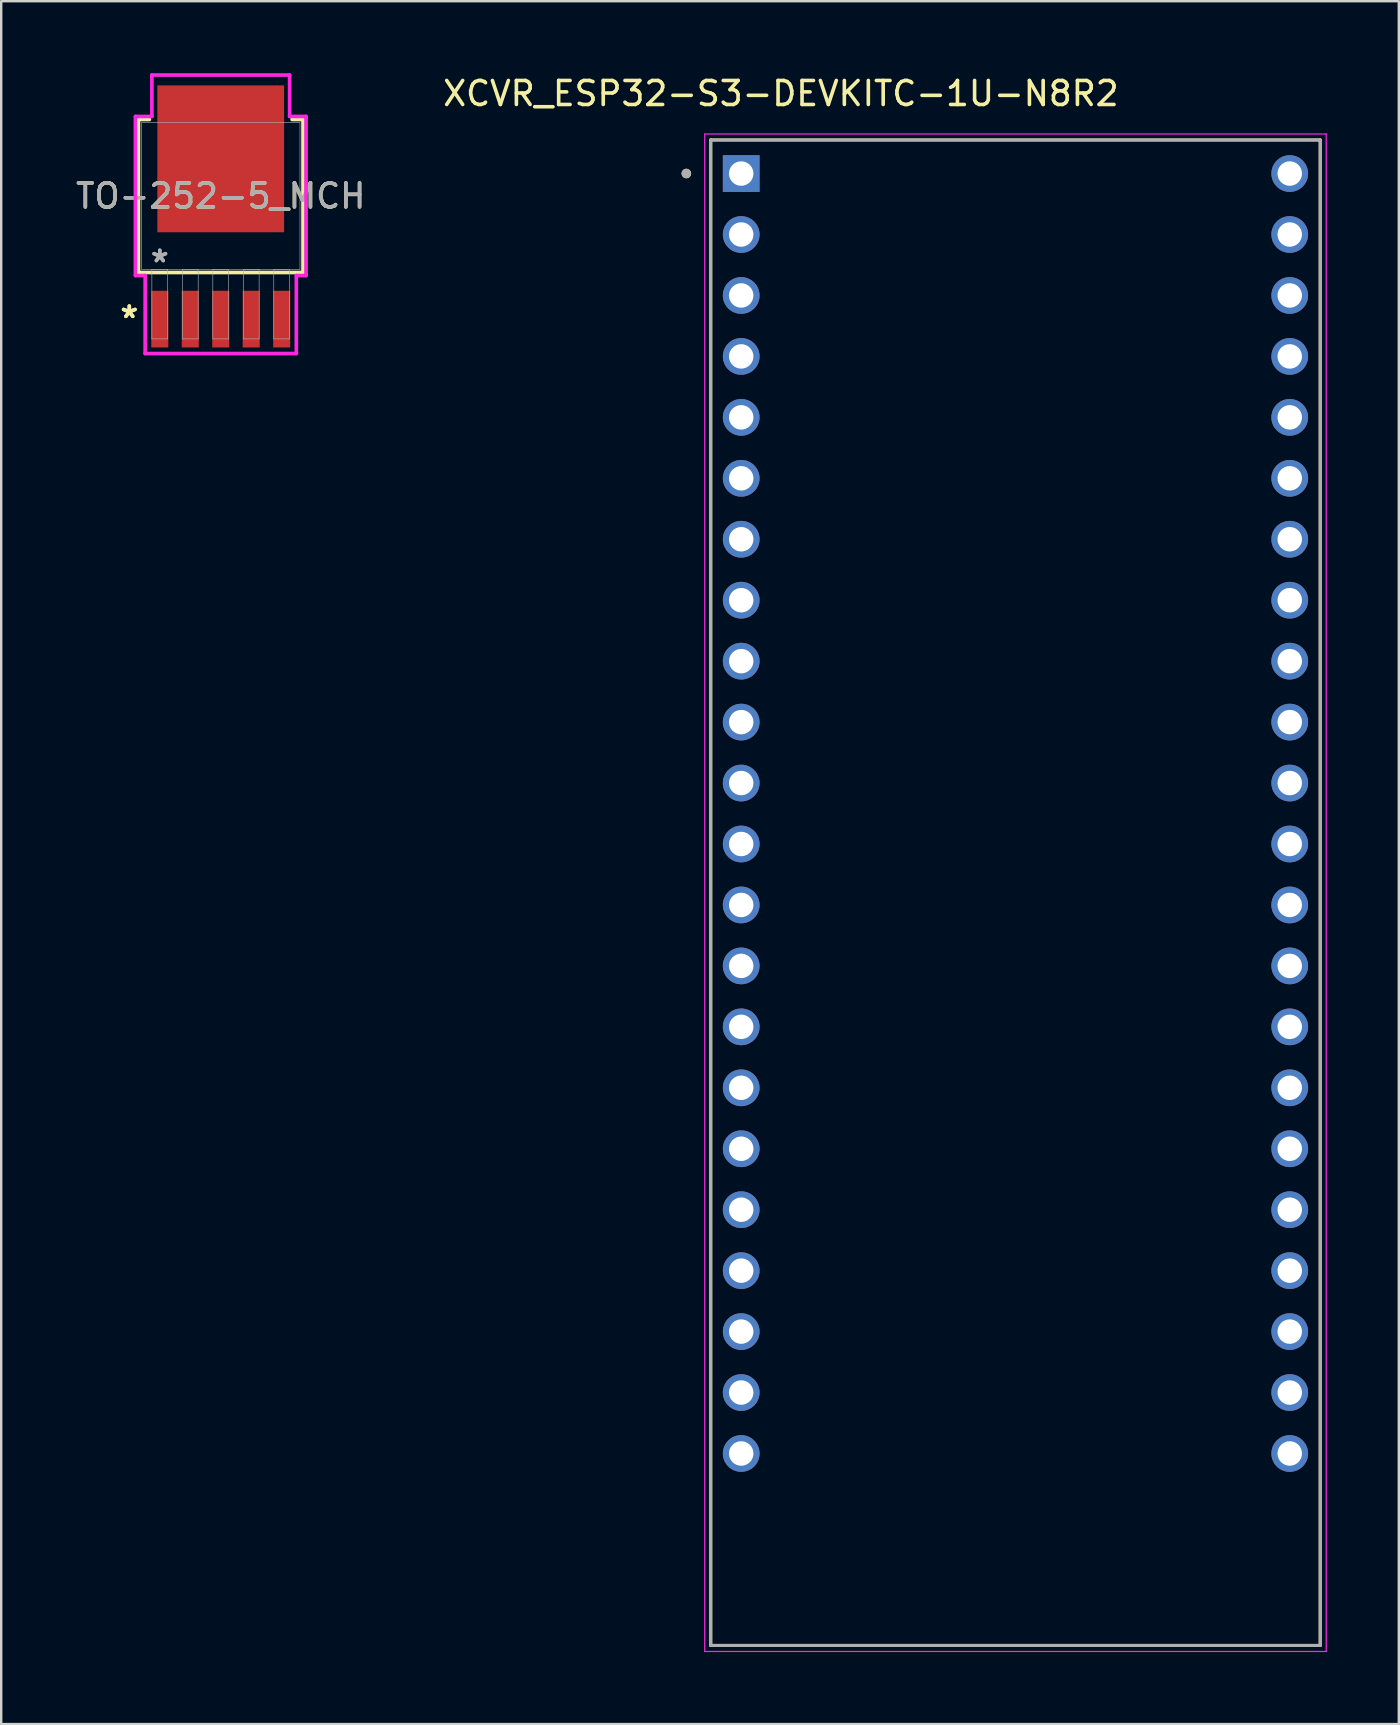
<source format=kicad_pcb>
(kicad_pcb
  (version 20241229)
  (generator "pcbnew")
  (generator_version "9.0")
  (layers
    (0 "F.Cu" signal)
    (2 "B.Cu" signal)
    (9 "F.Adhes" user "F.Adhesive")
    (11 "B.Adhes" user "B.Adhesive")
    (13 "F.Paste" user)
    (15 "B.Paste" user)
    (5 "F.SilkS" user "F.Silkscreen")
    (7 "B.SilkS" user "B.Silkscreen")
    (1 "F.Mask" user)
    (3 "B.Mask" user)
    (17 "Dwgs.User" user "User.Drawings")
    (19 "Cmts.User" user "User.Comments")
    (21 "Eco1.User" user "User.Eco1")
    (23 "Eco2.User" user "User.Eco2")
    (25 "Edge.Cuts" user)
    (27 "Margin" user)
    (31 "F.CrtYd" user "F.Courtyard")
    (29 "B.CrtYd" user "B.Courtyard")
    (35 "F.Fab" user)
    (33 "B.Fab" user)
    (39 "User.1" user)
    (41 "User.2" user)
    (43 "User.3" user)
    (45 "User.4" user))
  (footprint "XCVR_ESP32-S3-DEVKITC-1U-N8R2"
    (layer "F.Cu")
    (at 39.269 34.153)
    (property "Reference" "XCVR_ESP32-S3-DEVKITC-1U-N8R2" (at -9.775 -33.305 0) (layer "F.SilkS") (effects (font (size 1 1) (thickness 0.15))))
    (attr through_hole)
    (fp_line (start -12.7 -31.37) (end 12.7 -31.37) (stroke (width 0.127) (type solid)) (layer "F.SilkS"))
    (fp_line (start -12.7 31.37) (end -12.7 -31.37) (stroke (width 0.127) (type solid)) (layer "F.SilkS"))
    (fp_line (start 12.7 -31.37) (end 12.7 31.37) (stroke (width 0.127) (type solid)) (layer "F.SilkS"))
    (fp_line (start 12.7 31.37) (end -12.7 31.37) (stroke (width 0.127) (type solid)) (layer "F.SilkS"))
    (fp_circle (center -13.716 -29.972) (end -13.616 -29.972) (stroke (width 0.2) (type solid)) (fill no) (layer "F.SilkS"))
    (fp_line (start -12.95 -31.62) (end -12.95 31.62) (stroke (width 0.05) (type solid)) (layer "F.CrtYd"))
    (fp_line (start -12.95 -31.62) (end 12.95 -31.62) (stroke (width 0.05) (type solid)) (layer "F.CrtYd"))
    (fp_line (start -12.95 31.62) (end 12.95 31.62) (stroke (width 0.05) (type solid)) (layer "F.CrtYd"))
    (fp_line (start 12.95 31.62) (end 12.95 -31.62) (stroke (width 0.05) (type solid)) (layer "F.CrtYd"))
    (fp_line (start -12.7 -31.37) (end 12.7 -31.37) (stroke (width 0.127) (type solid)) (layer "F.Fab"))
    (fp_line (start -12.7 31.37) (end -12.7 -31.37) (stroke (width 0.127) (type solid)) (layer "F.Fab"))
    (fp_line (start 12.7 -31.37) (end 12.7 31.37) (stroke (width 0.127) (type solid)) (layer "F.Fab"))
    (fp_line (start 12.7 31.37) (end -12.7 31.37) (stroke (width 0.127) (type solid)) (layer "F.Fab"))
    (fp_circle (center -13.716 -29.972) (end -13.616 -29.972) (stroke (width 0.2) (type solid)) (fill no) (layer "F.Fab"))
    (pad "J1_1" thru_hole rect (at -11.43 -29.97) (size 1.53 1.53) (drill 1.02) (layers "*.Cu" "*.Mask"))
    (pad "J1_2" thru_hole circle (at -11.43 -27.43) (size 1.53 1.53) (drill 1.02) (layers "*.Cu" "*.Mask"))
    (pad "J1_3" thru_hole circle (at -11.43 -24.89) (size 1.53 1.53) (drill 1.02) (layers "*.Cu" "*.Mask"))
    (pad "J1_4" thru_hole circle (at -11.43 -22.35) (size 1.53 1.53) (drill 1.02) (layers "*.Cu" "*.Mask"))
    (pad "J1_5" thru_hole circle (at -11.43 -19.81) (size 1.53 1.53) (drill 1.02) (layers "*.Cu" "*.Mask"))
    (pad "J1_6" thru_hole circle (at -11.43 -17.27) (size 1.53 1.53) (drill 1.02) (layers "*.Cu" "*.Mask"))
    (pad "J1_7" thru_hole circle (at -11.43 -14.73) (size 1.53 1.53) (drill 1.02) (layers "*.Cu" "*.Mask"))
    (pad "J1_8" thru_hole circle (at -11.43 -12.19) (size 1.53 1.53) (drill 1.02) (layers "*.Cu" "*.Mask"))
    (pad "J1_9" thru_hole circle (at -11.43 -9.65) (size 1.53 1.53) (drill 1.02) (layers "*.Cu" "*.Mask"))
    (pad "J1_10" thru_hole circle (at -11.43 -7.11) (size 1.53 1.53) (drill 1.02) (layers "*.Cu" "*.Mask"))
    (pad "J1_11" thru_hole circle (at -11.43 -4.57) (size 1.53 1.53) (drill 1.02) (layers "*.Cu" "*.Mask"))
    (pad "J1_12" thru_hole circle (at -11.43 -2.03) (size 1.53 1.53) (drill 1.02) (layers "*.Cu" "*.Mask"))
    (pad "J1_13" thru_hole circle (at -11.43 0.51) (size 1.53 1.53) (drill 1.02) (layers "*.Cu" "*.Mask"))
    (pad "J1_14" thru_hole circle (at -11.43 3.05) (size 1.53 1.53) (drill 1.02) (layers "*.Cu" "*.Mask"))
    (pad "J1_15" thru_hole circle (at -11.43 5.59) (size 1.53 1.53) (drill 1.02) (layers "*.Cu" "*.Mask"))
    (pad "J1_16" thru_hole circle (at -11.43 8.13) (size 1.53 1.53) (drill 1.02) (layers "*.Cu" "*.Mask"))
    (pad "J1_17" thru_hole circle (at -11.43 10.67) (size 1.53 1.53) (drill 1.02) (layers "*.Cu" "*.Mask"))
    (pad "J1_18" thru_hole circle (at -11.43 13.21) (size 1.53 1.53) (drill 1.02) (layers "*.Cu" "*.Mask"))
    (pad "J1_19" thru_hole circle (at -11.43 15.75) (size 1.53 1.53) (drill 1.02) (layers "*.Cu" "*.Mask"))
    (pad "J1_20" thru_hole circle (at -11.43 18.29) (size 1.53 1.53) (drill 1.02) (layers "*.Cu" "*.Mask"))
    (pad "J1_21" thru_hole circle (at -11.43 20.83) (size 1.53 1.53) (drill 1.02) (layers "*.Cu" "*.Mask"))
    (pad "J1_22" thru_hole circle (at -11.43 23.37) (size 1.53 1.53) (drill 1.02) (layers "*.Cu" "*.Mask"))
    (pad "J3_1" thru_hole circle (at 11.43 -29.97) (size 1.53 1.53) (drill 1.02) (layers "*.Cu" "*.Mask"))
    (pad "J3_2" thru_hole circle (at 11.43 -27.43) (size 1.53 1.53) (drill 1.02) (layers "*.Cu" "*.Mask"))
    (pad "J3_3" thru_hole circle (at 11.43 -24.89) (size 1.53 1.53) (drill 1.02) (layers "*.Cu" "*.Mask"))
    (pad "J3_4" thru_hole circle (at 11.43 -22.35) (size 1.53 1.53) (drill 1.02) (layers "*.Cu" "*.Mask"))
    (pad "J3_5" thru_hole circle (at 11.43 -19.81) (size 1.53 1.53) (drill 1.02) (layers "*.Cu" "*.Mask"))
    (pad "J3_6" thru_hole circle (at 11.43 -17.27) (size 1.53 1.53) (drill 1.02) (layers "*.Cu" "*.Mask"))
    (pad "J3_7" thru_hole circle (at 11.43 -14.73) (size 1.53 1.53) (drill 1.02) (layers "*.Cu" "*.Mask"))
    (pad "J3_8" thru_hole circle (at 11.43 -12.19) (size 1.53 1.53) (drill 1.02) (layers "*.Cu" "*.Mask"))
    (pad "J3_9" thru_hole circle (at 11.43 -9.65) (size 1.53 1.53) (drill 1.02) (layers "*.Cu" "*.Mask"))
    (pad "J3_10" thru_hole circle (at 11.43 -7.11) (size 1.53 1.53) (drill 1.02) (layers "*.Cu" "*.Mask"))
    (pad "J3_11" thru_hole circle (at 11.43 -4.57) (size 1.53 1.53) (drill 1.02) (layers "*.Cu" "*.Mask"))
    (pad "J3_12" thru_hole circle (at 11.43 -2.03) (size 1.53 1.53) (drill 1.02) (layers "*.Cu" "*.Mask"))
    (pad "J3_13" thru_hole circle (at 11.43 0.51) (size 1.53 1.53) (drill 1.02) (layers "*.Cu" "*.Mask"))
    (pad "J3_14" thru_hole circle (at 11.43 3.05) (size 1.53 1.53) (drill 1.02) (layers "*.Cu" "*.Mask"))
    (pad "J3_15" thru_hole circle (at 11.43 5.59) (size 1.53 1.53) (drill 1.02) (layers "*.Cu" "*.Mask"))
    (pad "J3_16" thru_hole circle (at 11.43 8.13) (size 1.53 1.53) (drill 1.02) (layers "*.Cu" "*.Mask"))
    (pad "J3_17" thru_hole circle (at 11.43 10.67) (size 1.53 1.53) (drill 1.02) (layers "*.Cu" "*.Mask"))
    (pad "J3_18" thru_hole circle (at 11.43 13.21) (size 1.53 1.53) (drill 1.02) (layers "*.Cu" "*.Mask"))
    (pad "J3_19" thru_hole circle (at 11.43 15.75) (size 1.53 1.53) (drill 1.02) (layers "*.Cu" "*.Mask"))
    (pad "J3_20" thru_hole circle (at 11.43 18.29) (size 1.53 1.53) (drill 1.02) (layers "*.Cu" "*.Mask"))
    (pad "J3_21" thru_hole circle (at 11.43 20.83) (size 1.53 1.53) (drill 1.02) (layers "*.Cu" "*.Mask"))
    (pad "J3_22" thru_hole circle (at 11.43 23.37) (size 1.53 1.53) (drill 1.02) (layers "*.Cu" "*.Mask")))
  (footprint "TO-252-5_MCH"
    (layer "F.Cu")
    (at 6.149 5.118)
    (property "Reference" "TO-252-5_MCH" (at 0 0 0) (unlocked yes) (layer "F.SilkS") (effects (font (size 1 1) (thickness 0.15))))
    (attr smd)
    (fp_line (start -3.429 -3.188) (end -3.429 3.188) (stroke (width 0.152) (type solid)) (layer "F.SilkS"))
    (fp_line (start -3.429 3.188) (end 3.429 3.188) (stroke (width 0.152) (type solid)) (layer "F.SilkS"))
    (fp_line (start -2.974 -3.188) (end -3.429 -3.188) (stroke (width 0.152) (type solid)) (layer "F.SilkS"))
    (fp_line (start 3.429 -3.188) (end 2.974 -3.188) (stroke (width 0.152) (type solid)) (layer "F.SilkS"))
    (fp_line (start 3.429 3.188) (end 3.429 -3.188) (stroke (width 0.152) (type solid)) (layer "F.SilkS"))
    (fp_line (start -3.556 -3.315) (end -2.87 -3.315) (stroke (width 0.152) (type solid)) (layer "F.CrtYd"))
    (fp_line (start -3.556 3.315) (end -3.556 -3.315) (stroke (width 0.152) (type solid)) (layer "F.CrtYd"))
    (fp_line (start -3.15 3.315) (end -3.556 3.315) (stroke (width 0.152) (type solid)) (layer "F.CrtYd"))
    (fp_line (start -3.15 6.566) (end -3.15 3.315) (stroke (width 0.152) (type solid)) (layer "F.CrtYd"))
    (fp_line (start -2.87 -5.042) (end 2.87 -5.042) (stroke (width 0.152) (type solid)) (layer "F.CrtYd"))
    (fp_line (start -2.87 -3.315) (end -2.87 -5.042) (stroke (width 0.152) (type solid)) (layer "F.CrtYd"))
    (fp_line (start 2.87 -5.042) (end 2.87 -3.315) (stroke (width 0.152) (type solid)) (layer "F.CrtYd"))
    (fp_line (start 2.87 -3.315) (end 3.556 -3.315) (stroke (width 0.152) (type solid)) (layer "F.CrtYd"))
    (fp_line (start 3.15 3.315) (end 3.15 6.566) (stroke (width 0.152) (type solid)) (layer "F.CrtYd"))
    (fp_line (start 3.15 6.566) (end -3.15 6.566) (stroke (width 0.152) (type solid)) (layer "F.CrtYd"))
    (fp_line (start 3.556 -3.315) (end 3.556 3.315) (stroke (width 0.152) (type solid)) (layer "F.CrtYd"))
    (fp_line (start 3.556 3.315) (end 3.15 3.315) (stroke (width 0.152) (type solid)) (layer "F.CrtYd"))
    (fp_line (start -3.302 -3.061) (end -3.302 3.061) (stroke (width 0.025) (type solid)) (layer "F.Fab"))
    (fp_line (start -3.302 3.061) (end 3.302 3.061) (stroke (width 0.025) (type solid)) (layer "F.Fab"))
    (fp_line (start -2.87 3.061) (end -2.87 5.956) (stroke (width 0.025) (type solid)) (layer "F.Fab"))
    (fp_line (start -2.87 5.956) (end -2.21 5.956) (stroke (width 0.025) (type solid)) (layer "F.Fab"))
    (fp_line (start -2.21 3.061) (end -2.87 3.061) (stroke (width 0.025) (type solid)) (layer "F.Fab"))
    (fp_line (start -2.21 5.956) (end -2.21 3.061) (stroke (width 0.025) (type solid)) (layer "F.Fab"))
    (fp_line (start -1.6 3.061) (end -1.6 5.956) (stroke (width 0.025) (type solid)) (layer "F.Fab"))
    (fp_line (start -1.6 5.956) (end -0.94 5.956) (stroke (width 0.025) (type solid)) (layer "F.Fab"))
    (fp_line (start -0.94 3.061) (end -1.6 3.061) (stroke (width 0.025) (type solid)) (layer "F.Fab"))
    (fp_line (start -0.94 5.956) (end -0.94 3.061) (stroke (width 0.025) (type solid)) (layer "F.Fab"))
    (fp_line (start -0.33 3.061) (end -0.33 5.956) (stroke (width 0.025) (type solid)) (layer "F.Fab"))
    (fp_line (start -0.33 5.956) (end 0.33 5.956) (stroke (width 0.025) (type solid)) (layer "F.Fab"))
    (fp_line (start 0.33 3.061) (end -0.33 3.061) (stroke (width 0.025) (type solid)) (layer "F.Fab"))
    (fp_line (start 0.33 5.956) (end 0.33 3.061) (stroke (width 0.025) (type solid)) (layer "F.Fab"))
    (fp_line (start 0.94 3.061) (end 0.94 5.956) (stroke (width 0.025) (type solid)) (layer "F.Fab"))
    (fp_line (start 0.94 5.956) (end 1.6 5.956) (stroke (width 0.025) (type solid)) (layer "F.Fab"))
    (fp_line (start 1.6 3.061) (end 0.94 3.061) (stroke (width 0.025) (type solid)) (layer "F.Fab"))
    (fp_line (start 1.6 5.956) (end 1.6 3.061) (stroke (width 0.025) (type solid)) (layer "F.Fab"))
    (fp_line (start 2.21 3.061) (end 2.21 5.956) (stroke (width 0.025) (type solid)) (layer "F.Fab"))
    (fp_line (start 2.21 5.956) (end 2.87 5.956) (stroke (width 0.025) (type solid)) (layer "F.Fab"))
    (fp_line (start 2.87 3.061) (end 2.21 3.061) (stroke (width 0.025) (type solid)) (layer "F.Fab"))
    (fp_line (start 2.87 5.956) (end 2.87 3.061) (stroke (width 0.025) (type solid)) (layer "F.Fab"))
    (fp_line (start 3.302 -3.061) (end -3.302 -3.061) (stroke (width 0.025) (type solid)) (layer "F.Fab"))
    (fp_line (start 3.302 3.061) (end 3.302 -3.061) (stroke (width 0.025) (type solid)) (layer "F.Fab"))
    (fp_text user "*" (at -3.81 5.131 0) (layer "F.SilkS") (effects (font (size 1 1) (thickness 0.15))))
    (fp_text user "*" (at -3.81 5.131 0) (unlocked yes) (layer "F.SilkS") (effects (font (size 1 1) (thickness 0.15))))
    (fp_text user "${REFERENCE}" (at 0 0 0) (unlocked yes) (layer "F.Fab") (effects (font (size 1 1) (thickness 0.15))))
    (fp_text user "*" (at -2.54 2.807 0) (unlocked yes) (layer "F.Fab") (effects (font (size 1 1) (thickness 0.15))))
    (fp_text user "*" (at -2.54 2.807 0) (layer "F.Fab") (effects (font (size 1 1) (thickness 0.15))))
    (pad "1" smd rect (at -2.54 5.131) (size 0.711 2.362) (layers "F.Cu" "F.Mask" "F.Paste"))
    (pad "2" smd rect (at -1.27 5.131) (size 0.711 2.362) (layers "F.Cu" "F.Mask" "F.Paste"))
    (pad "3" smd rect (at 0 5.131) (size 0.711 2.362) (layers "F.Cu" "F.Mask" "F.Paste"))
    (pad "4" smd rect (at 1.27 5.131) (size 0.711 2.362) (layers "F.Cu" "F.Mask" "F.Paste"))
    (pad "5" smd rect (at 2.54 5.131) (size 0.711 2.362) (layers "F.Cu" "F.Mask" "F.Paste"))
    (pad "6" smd rect (at 0 -1.549) (size 5.283 6.121) (layers "F.Cu" "F.Mask" "F.Paste")))
  (gr_rect
    (start -3 -3)
    (end 55.244 68.798)
    (stroke (width 0.1) (type default))
    (fill no)
    (layer "Edge.Cuts")))
</source>
